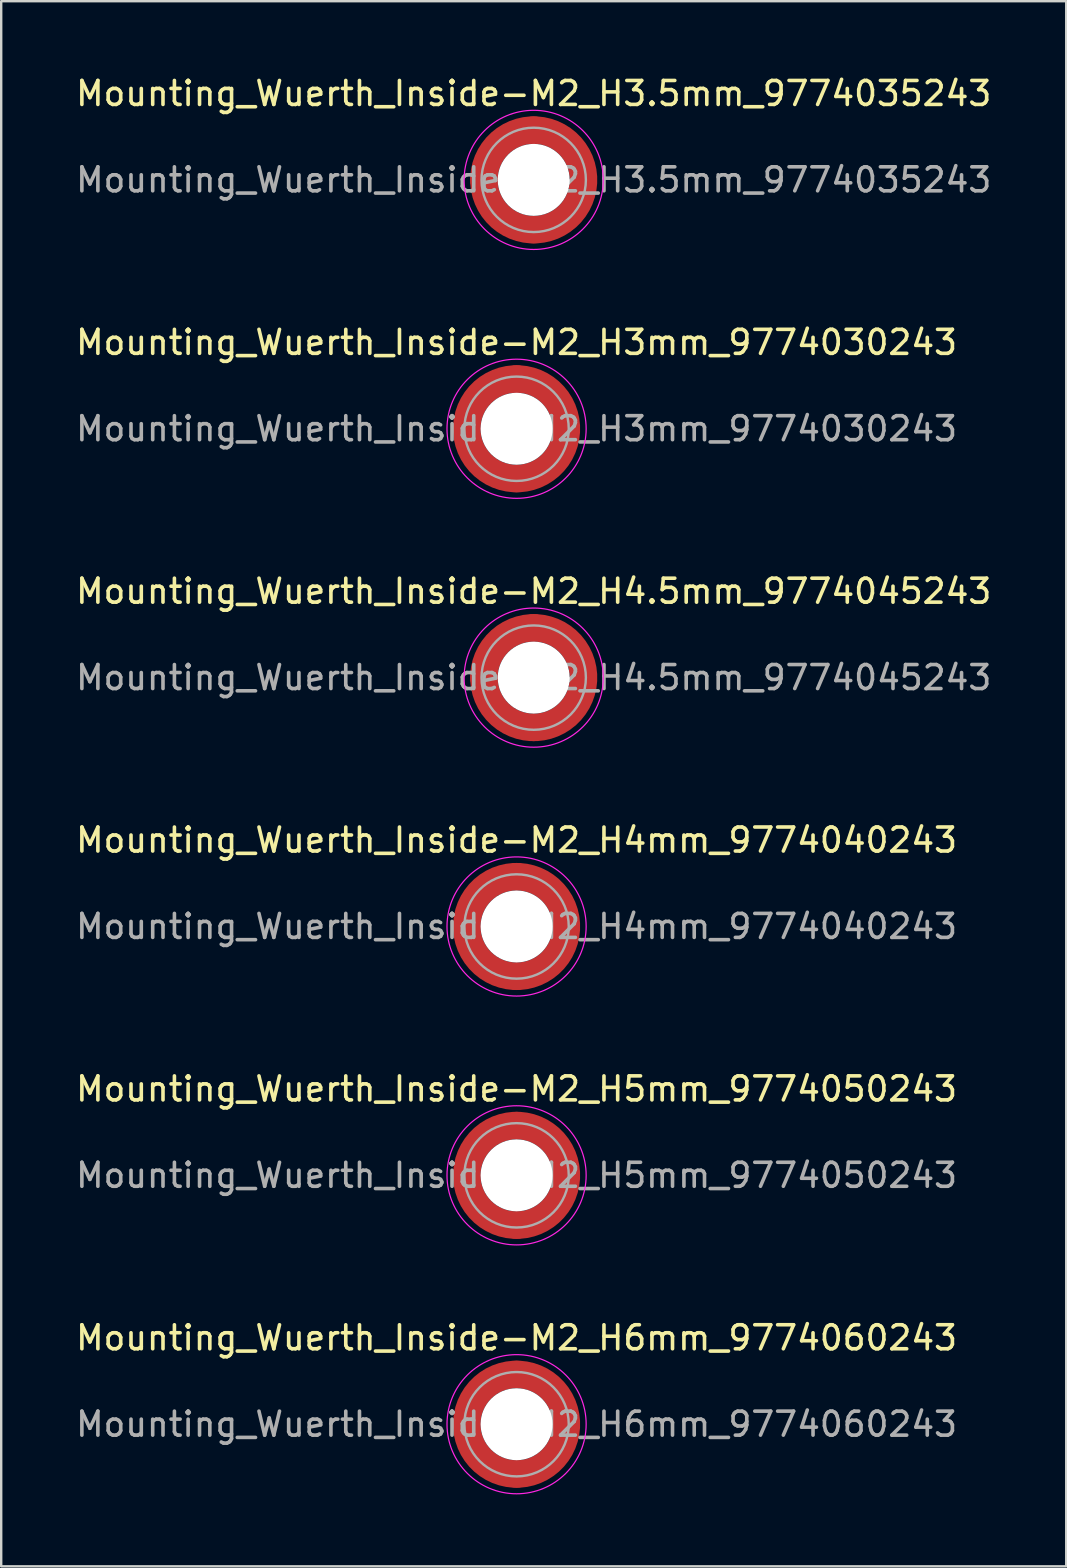
<source format=kicad_pcb>
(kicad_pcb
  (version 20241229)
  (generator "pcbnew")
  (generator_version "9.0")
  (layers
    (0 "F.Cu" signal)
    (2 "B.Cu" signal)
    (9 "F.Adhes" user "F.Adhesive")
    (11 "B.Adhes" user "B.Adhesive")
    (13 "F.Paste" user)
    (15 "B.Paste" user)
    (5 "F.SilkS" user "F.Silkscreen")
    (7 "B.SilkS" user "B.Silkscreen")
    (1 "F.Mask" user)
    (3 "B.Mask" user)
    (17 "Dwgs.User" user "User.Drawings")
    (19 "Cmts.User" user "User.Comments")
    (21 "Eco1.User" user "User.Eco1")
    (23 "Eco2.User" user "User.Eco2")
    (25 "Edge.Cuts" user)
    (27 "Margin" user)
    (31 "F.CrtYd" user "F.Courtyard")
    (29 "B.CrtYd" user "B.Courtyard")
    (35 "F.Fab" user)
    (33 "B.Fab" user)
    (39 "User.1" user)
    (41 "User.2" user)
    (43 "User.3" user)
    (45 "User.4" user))
  (footprint "Mounting_Wuerth_Inside-M2_H5mm_9774050243"
    (layer "F.Cu")
    (at 18.482 45.941)
    (property "Reference" "Mounting_Wuerth_Inside-M2_H5mm_9774050243" (at 0 -3.6 0) (layer "F.SilkS") (effects (font (size 1 1) (thickness 0.15))))
    (attr smd)
    (fp_circle (center 0 0) (end 2.9 0) (stroke (width 0.05) (type solid)) (fill no) (layer "F.CrtYd"))
    (fp_circle (center 0 0) (end 2.175 0) (stroke (width 0.1) (type solid)) (fill no) (layer "F.Fab"))
    (fp_text user "${REFERENCE}" (at 0 0 0) (layer "F.Fab") (effects (font (size 1 1) (thickness 0.15))))
    (pad "" smd custom (at -1.453 -1.453) (size 1.01 1.01) (layers "F.Paste") (options (anchor circle)) (primitives (gr_arc (start -0.262632 0.900604) (mid 0.178544 0.178544) (end 0.900604 -0.262632) (width 0.505)) (gr_arc (start -0.526231 0.900604) (mid 0 0) (end 0.900604 -0.526231) (width 0.505)) (gr_arc (start -0.787275 0.900604) (mid -0.178545 -0.178545) (end 0.900604 -0.787275) (width 0.505)) (gr_line (start 0.901 -0.263) (end 0.901 -0.787) (width 0.505)) (gr_line (start -0.263 0.901) (end -0.787 0.901) (width 0.505))))
    (pad "" smd custom (at -1.453 1.453) (size 1.01 1.01) (layers "F.Paste") (options (anchor circle)) (primitives (gr_arc (start 0.900604 0.262632) (mid 0.178544 -0.178544) (end -0.262632 -0.900604) (width 0.505)) (gr_arc (start 0.900604 0.526231) (mid 0 0) (end -0.526231 -0.900604) (width 0.505)) (gr_arc (start 0.900604 0.787275) (mid -0.178545 0.178545) (end -0.787275 -0.900604) (width 0.505)) (gr_line (start -0.263 -0.901) (end -0.787 -0.901) (width 0.505)) (gr_line (start 0.901 0.263) (end 0.901 0.787) (width 0.505))))
    (pad "" np_thru_hole circle (at 0 0) (size 3 3) (drill 3) (layers "*.Cu" "*.Mask"))
    (pad "" smd custom (at 1.453 -1.453) (size 1.01 1.01) (layers "F.Paste") (options (anchor circle)) (primitives (gr_arc (start -0.900604 -0.262632) (mid -0.178544 0.178544) (end 0.262632 0.900604) (width 0.505)) (gr_arc (start -0.900604 -0.526231) (mid 0 0) (end 0.526231 0.900604) (width 0.505)) (gr_arc (start -0.900604 -0.787275) (mid 0.178545 -0.178545) (end 0.787275 0.900604) (width 0.505)) (gr_line (start 0.263 0.901) (end 0.787 0.901) (width 0.505)) (gr_line (start -0.901 -0.263) (end -0.901 -0.787) (width 0.505))))
    (pad "" smd custom (at 1.453 1.453) (size 1.01 1.01) (layers "F.Paste") (options (anchor circle)) (primitives (gr_arc (start 0.262632 -0.900604) (mid -0.178544 -0.178544) (end -0.900604 0.262632) (width 0.505)) (gr_arc (start 0.526231 -0.900604) (mid 0 0) (end -0.900604 0.526231) (width 0.505)) (gr_arc (start 0.787275 -0.900604) (mid 0.178545 0.178545) (end -0.900604 0.787275) (width 0.505)) (gr_line (start -0.901 0.263) (end -0.901 0.787) (width 0.505)) (gr_line (start 0.263 -0.901) (end 0.787 -0.901) (width 0.505))))
    (pad "1" smd circle (at -2.075 0) (size 1.15 1.15) (layers "F.Cu"))
    (pad "1" smd circle (at 0 -2.075) (size 1.15 1.15) (layers "F.Cu"))
    (pad "1" smd circle (at 0 2.075) (size 1.15 1.15) (layers "F.Cu"))
    (pad "1" smd custom (at 2.075 0) (size 1.15 1.15) (layers "F.Cu" "F.Mask") (options (anchor circle)) (primitives (gr_circle (center -2.075 0) (end 0 0) (width 1.15) (fill no)))))
  (footprint "Mounting_Wuerth_Inside-M2_H6mm_9774060243"
    (layer "F.Cu")
    (at 18.482 56.315)
    (property "Reference" "Mounting_Wuerth_Inside-M2_H6mm_9774060243" (at 0 -3.6 0) (layer "F.SilkS") (effects (font (size 1 1) (thickness 0.15))))
    (attr smd)
    (fp_circle (center 0 0) (end 2.9 0) (stroke (width 0.05) (type solid)) (fill no) (layer "F.CrtYd"))
    (fp_circle (center 0 0) (end 2.175 0) (stroke (width 0.1) (type solid)) (fill no) (layer "F.Fab"))
    (fp_text user "${REFERENCE}" (at 0 0 0) (layer "F.Fab") (effects (font (size 1 1) (thickness 0.15))))
    (pad "" smd custom (at -1.453 -1.453) (size 1.01 1.01) (layers "F.Paste") (options (anchor circle)) (primitives (gr_arc (start -0.262632 0.900604) (mid 0.178544 0.178544) (end 0.900604 -0.262632) (width 0.505)) (gr_arc (start -0.526231 0.900604) (mid 0 0) (end 0.900604 -0.526231) (width 0.505)) (gr_arc (start -0.787275 0.900604) (mid -0.178545 -0.178545) (end 0.900604 -0.787275) (width 0.505)) (gr_line (start 0.901 -0.263) (end 0.901 -0.787) (width 0.505)) (gr_line (start -0.263 0.901) (end -0.787 0.901) (width 0.505))))
    (pad "" smd custom (at -1.453 1.453) (size 1.01 1.01) (layers "F.Paste") (options (anchor circle)) (primitives (gr_arc (start 0.900604 0.262632) (mid 0.178544 -0.178544) (end -0.262632 -0.900604) (width 0.505)) (gr_arc (start 0.900604 0.526231) (mid 0 0) (end -0.526231 -0.900604) (width 0.505)) (gr_arc (start 0.900604 0.787275) (mid -0.178545 0.178545) (end -0.787275 -0.900604) (width 0.505)) (gr_line (start -0.263 -0.901) (end -0.787 -0.901) (width 0.505)) (gr_line (start 0.901 0.263) (end 0.901 0.787) (width 0.505))))
    (pad "" np_thru_hole circle (at 0 0) (size 3 3) (drill 3) (layers "*.Cu" "*.Mask"))
    (pad "" smd custom (at 1.453 -1.453) (size 1.01 1.01) (layers "F.Paste") (options (anchor circle)) (primitives (gr_arc (start -0.900604 -0.262632) (mid -0.178544 0.178544) (end 0.262632 0.900604) (width 0.505)) (gr_arc (start -0.900604 -0.526231) (mid 0 0) (end 0.526231 0.900604) (width 0.505)) (gr_arc (start -0.900604 -0.787275) (mid 0.178545 -0.178545) (end 0.787275 0.900604) (width 0.505)) (gr_line (start 0.263 0.901) (end 0.787 0.901) (width 0.505)) (gr_line (start -0.901 -0.263) (end -0.901 -0.787) (width 0.505))))
    (pad "" smd custom (at 1.453 1.453) (size 1.01 1.01) (layers "F.Paste") (options (anchor circle)) (primitives (gr_arc (start 0.262632 -0.900604) (mid -0.178544 -0.178544) (end -0.900604 0.262632) (width 0.505)) (gr_arc (start 0.526231 -0.900604) (mid 0 0) (end -0.900604 0.526231) (width 0.505)) (gr_arc (start 0.787275 -0.900604) (mid 0.178545 0.178545) (end -0.900604 0.787275) (width 0.505)) (gr_line (start -0.901 0.263) (end -0.901 0.787) (width 0.505)) (gr_line (start 0.263 -0.901) (end 0.787 -0.901) (width 0.505))))
    (pad "1" smd circle (at -2.075 0) (size 1.15 1.15) (layers "F.Cu"))
    (pad "1" smd circle (at 0 -2.075) (size 1.15 1.15) (layers "F.Cu"))
    (pad "1" smd circle (at 0 2.075) (size 1.15 1.15) (layers "F.Cu"))
    (pad "1" smd custom (at 2.075 0) (size 1.15 1.15) (layers "F.Cu" "F.Mask") (options (anchor circle)) (primitives (gr_circle (center -2.075 0) (end 0 0) (width 1.15) (fill no)))))
  (footprint "Mounting_Wuerth_Inside-M2_H4.5mm_9774045243"
    (layer "F.Cu")
    (at 19.196 25.195)
    (property "Reference" "Mounting_Wuerth_Inside-M2_H4.5mm_9774045243" (at 0 -3.6 0) (layer "F.SilkS") (effects (font (size 1 1) (thickness 0.15))))
    (attr smd)
    (fp_circle (center 0 0) (end 2.9 0) (stroke (width 0.05) (type solid)) (fill no) (layer "F.CrtYd"))
    (fp_circle (center 0 0) (end 2.175 0) (stroke (width 0.1) (type solid)) (fill no) (layer "F.Fab"))
    (fp_text user "${REFERENCE}" (at 0 0 0) (layer "F.Fab") (effects (font (size 1 1) (thickness 0.15))))
    (pad "" smd custom (at -1.453 -1.453) (size 1.01 1.01) (layers "F.Paste") (options (anchor circle)) (primitives (gr_arc (start -0.262632 0.900604) (mid 0.178544 0.178544) (end 0.900604 -0.262632) (width 0.505)) (gr_arc (start -0.526231 0.900604) (mid 0 0) (end 0.900604 -0.526231) (width 0.505)) (gr_arc (start -0.787275 0.900604) (mid -0.178545 -0.178545) (end 0.900604 -0.787275) (width 0.505)) (gr_line (start 0.901 -0.263) (end 0.901 -0.787) (width 0.505)) (gr_line (start -0.263 0.901) (end -0.787 0.901) (width 0.505))))
    (pad "" smd custom (at -1.453 1.453) (size 1.01 1.01) (layers "F.Paste") (options (anchor circle)) (primitives (gr_arc (start 0.900604 0.262632) (mid 0.178544 -0.178544) (end -0.262632 -0.900604) (width 0.505)) (gr_arc (start 0.900604 0.526231) (mid 0 0) (end -0.526231 -0.900604) (width 0.505)) (gr_arc (start 0.900604 0.787275) (mid -0.178545 0.178545) (end -0.787275 -0.900604) (width 0.505)) (gr_line (start -0.263 -0.901) (end -0.787 -0.901) (width 0.505)) (gr_line (start 0.901 0.263) (end 0.901 0.787) (width 0.505))))
    (pad "" np_thru_hole circle (at 0 0) (size 3 3) (drill 3) (layers "*.Cu" "*.Mask"))
    (pad "" smd custom (at 1.453 -1.453) (size 1.01 1.01) (layers "F.Paste") (options (anchor circle)) (primitives (gr_arc (start -0.900604 -0.262632) (mid -0.178544 0.178544) (end 0.262632 0.900604) (width 0.505)) (gr_arc (start -0.900604 -0.526231) (mid 0 0) (end 0.526231 0.900604) (width 0.505)) (gr_arc (start -0.900604 -0.787275) (mid 0.178545 -0.178545) (end 0.787275 0.900604) (width 0.505)) (gr_line (start 0.263 0.901) (end 0.787 0.901) (width 0.505)) (gr_line (start -0.901 -0.263) (end -0.901 -0.787) (width 0.505))))
    (pad "" smd custom (at 1.453 1.453) (size 1.01 1.01) (layers "F.Paste") (options (anchor circle)) (primitives (gr_arc (start 0.262632 -0.900604) (mid -0.178544 -0.178544) (end -0.900604 0.262632) (width 0.505)) (gr_arc (start 0.526231 -0.900604) (mid 0 0) (end -0.900604 0.526231) (width 0.505)) (gr_arc (start 0.787275 -0.900604) (mid 0.178545 0.178545) (end -0.900604 0.787275) (width 0.505)) (gr_line (start -0.901 0.263) (end -0.901 0.787) (width 0.505)) (gr_line (start 0.263 -0.901) (end 0.787 -0.901) (width 0.505))))
    (pad "1" smd circle (at -2.075 0) (size 1.15 1.15) (layers "F.Cu"))
    (pad "1" smd circle (at 0 -2.075) (size 1.15 1.15) (layers "F.Cu"))
    (pad "1" smd circle (at 0 2.075) (size 1.15 1.15) (layers "F.Cu"))
    (pad "1" smd custom (at 2.075 0) (size 1.15 1.15) (layers "F.Cu" "F.Mask") (options (anchor circle)) (primitives (gr_circle (center -2.075 0) (end 0 0) (width 1.15) (fill no)))))
  (footprint "Mounting_Wuerth_Inside-M2_H4mm_9774040243"
    (layer "F.Cu")
    (at 18.482 35.568)
    (property "Reference" "Mounting_Wuerth_Inside-M2_H4mm_9774040243" (at 0 -3.6 0) (layer "F.SilkS") (effects (font (size 1 1) (thickness 0.15))))
    (attr smd)
    (fp_circle (center 0 0) (end 2.9 0) (stroke (width 0.05) (type solid)) (fill no) (layer "F.CrtYd"))
    (fp_circle (center 0 0) (end 2.175 0) (stroke (width 0.1) (type solid)) (fill no) (layer "F.Fab"))
    (fp_text user "${REFERENCE}" (at 0 0 0) (layer "F.Fab") (effects (font (size 1 1) (thickness 0.15))))
    (pad "" smd custom (at -1.453 -1.453) (size 1.01 1.01) (layers "F.Paste") (options (anchor circle)) (primitives (gr_arc (start -0.262632 0.900604) (mid 0.178544 0.178544) (end 0.900604 -0.262632) (width 0.505)) (gr_arc (start -0.526231 0.900604) (mid 0 0) (end 0.900604 -0.526231) (width 0.505)) (gr_arc (start -0.787275 0.900604) (mid -0.178545 -0.178545) (end 0.900604 -0.787275) (width 0.505)) (gr_line (start 0.901 -0.263) (end 0.901 -0.787) (width 0.505)) (gr_line (start -0.263 0.901) (end -0.787 0.901) (width 0.505))))
    (pad "" smd custom (at -1.453 1.453) (size 1.01 1.01) (layers "F.Paste") (options (anchor circle)) (primitives (gr_arc (start 0.900604 0.262632) (mid 0.178544 -0.178544) (end -0.262632 -0.900604) (width 0.505)) (gr_arc (start 0.900604 0.526231) (mid 0 0) (end -0.526231 -0.900604) (width 0.505)) (gr_arc (start 0.900604 0.787275) (mid -0.178545 0.178545) (end -0.787275 -0.900604) (width 0.505)) (gr_line (start -0.263 -0.901) (end -0.787 -0.901) (width 0.505)) (gr_line (start 0.901 0.263) (end 0.901 0.787) (width 0.505))))
    (pad "" np_thru_hole circle (at 0 0) (size 3 3) (drill 3) (layers "*.Cu" "*.Mask"))
    (pad "" smd custom (at 1.453 -1.453) (size 1.01 1.01) (layers "F.Paste") (options (anchor circle)) (primitives (gr_arc (start -0.900604 -0.262632) (mid -0.178544 0.178544) (end 0.262632 0.900604) (width 0.505)) (gr_arc (start -0.900604 -0.526231) (mid 0 0) (end 0.526231 0.900604) (width 0.505)) (gr_arc (start -0.900604 -0.787275) (mid 0.178545 -0.178545) (end 0.787275 0.900604) (width 0.505)) (gr_line (start 0.263 0.901) (end 0.787 0.901) (width 0.505)) (gr_line (start -0.901 -0.263) (end -0.901 -0.787) (width 0.505))))
    (pad "" smd custom (at 1.453 1.453) (size 1.01 1.01) (layers "F.Paste") (options (anchor circle)) (primitives (gr_arc (start 0.262632 -0.900604) (mid -0.178544 -0.178544) (end -0.900604 0.262632) (width 0.505)) (gr_arc (start 0.526231 -0.900604) (mid 0 0) (end -0.900604 0.526231) (width 0.505)) (gr_arc (start 0.787275 -0.900604) (mid 0.178545 0.178545) (end -0.900604 0.787275) (width 0.505)) (gr_line (start -0.901 0.263) (end -0.901 0.787) (width 0.505)) (gr_line (start 0.263 -0.901) (end 0.787 -0.901) (width 0.505))))
    (pad "1" smd circle (at -2.075 0) (size 1.15 1.15) (layers "F.Cu"))
    (pad "1" smd circle (at 0 -2.075) (size 1.15 1.15) (layers "F.Cu"))
    (pad "1" smd circle (at 0 2.075) (size 1.15 1.15) (layers "F.Cu"))
    (pad "1" smd custom (at 2.075 0) (size 1.15 1.15) (layers "F.Cu" "F.Mask") (options (anchor circle)) (primitives (gr_circle (center -2.075 0) (end 0 0) (width 1.15) (fill no)))))
  (footprint "Mounting_Wuerth_Inside-M2_H3mm_9774030243"
    (layer "F.Cu")
    (at 18.482 14.822)
    (property "Reference" "Mounting_Wuerth_Inside-M2_H3mm_9774030243" (at 0 -3.6 0) (layer "F.SilkS") (effects (font (size 1 1) (thickness 0.15))))
    (attr smd)
    (fp_circle (center 0 0) (end 2.9 0) (stroke (width 0.05) (type solid)) (fill no) (layer "F.CrtYd"))
    (fp_circle (center 0 0) (end 2.175 0) (stroke (width 0.1) (type solid)) (fill no) (layer "F.Fab"))
    (fp_text user "${REFERENCE}" (at 0 0 0) (layer "F.Fab") (effects (font (size 1 1) (thickness 0.15))))
    (pad "" smd custom (at -1.453 -1.453) (size 1.01 1.01) (layers "F.Paste") (options (anchor circle)) (primitives (gr_arc (start -0.262632 0.900604) (mid 0.178544 0.178544) (end 0.900604 -0.262632) (width 0.505)) (gr_arc (start -0.526231 0.900604) (mid 0 0) (end 0.900604 -0.526231) (width 0.505)) (gr_arc (start -0.787275 0.900604) (mid -0.178545 -0.178545) (end 0.900604 -0.787275) (width 0.505)) (gr_line (start 0.901 -0.263) (end 0.901 -0.787) (width 0.505)) (gr_line (start -0.263 0.901) (end -0.787 0.901) (width 0.505))))
    (pad "" smd custom (at -1.453 1.453) (size 1.01 1.01) (layers "F.Paste") (options (anchor circle)) (primitives (gr_arc (start 0.900604 0.262632) (mid 0.178544 -0.178544) (end -0.262632 -0.900604) (width 0.505)) (gr_arc (start 0.900604 0.526231) (mid 0 0) (end -0.526231 -0.900604) (width 0.505)) (gr_arc (start 0.900604 0.787275) (mid -0.178545 0.178545) (end -0.787275 -0.900604) (width 0.505)) (gr_line (start -0.263 -0.901) (end -0.787 -0.901) (width 0.505)) (gr_line (start 0.901 0.263) (end 0.901 0.787) (width 0.505))))
    (pad "" np_thru_hole circle (at 0 0) (size 3 3) (drill 3) (layers "*.Cu" "*.Mask"))
    (pad "" smd custom (at 1.453 -1.453) (size 1.01 1.01) (layers "F.Paste") (options (anchor circle)) (primitives (gr_arc (start -0.900604 -0.262632) (mid -0.178544 0.178544) (end 0.262632 0.900604) (width 0.505)) (gr_arc (start -0.900604 -0.526231) (mid 0 0) (end 0.526231 0.900604) (width 0.505)) (gr_arc (start -0.900604 -0.787275) (mid 0.178545 -0.178545) (end 0.787275 0.900604) (width 0.505)) (gr_line (start 0.263 0.901) (end 0.787 0.901) (width 0.505)) (gr_line (start -0.901 -0.263) (end -0.901 -0.787) (width 0.505))))
    (pad "" smd custom (at 1.453 1.453) (size 1.01 1.01) (layers "F.Paste") (options (anchor circle)) (primitives (gr_arc (start 0.262632 -0.900604) (mid -0.178544 -0.178544) (end -0.900604 0.262632) (width 0.505)) (gr_arc (start 0.526231 -0.900604) (mid 0 0) (end -0.900604 0.526231) (width 0.505)) (gr_arc (start 0.787275 -0.900604) (mid 0.178545 0.178545) (end -0.900604 0.787275) (width 0.505)) (gr_line (start -0.901 0.263) (end -0.901 0.787) (width 0.505)) (gr_line (start 0.263 -0.901) (end 0.787 -0.901) (width 0.505))))
    (pad "1" smd circle (at -2.075 0) (size 1.15 1.15) (layers "F.Cu"))
    (pad "1" smd circle (at 0 -2.075) (size 1.15 1.15) (layers "F.Cu"))
    (pad "1" smd circle (at 0 2.075) (size 1.15 1.15) (layers "F.Cu"))
    (pad "1" smd custom (at 2.075 0) (size 1.15 1.15) (layers "F.Cu" "F.Mask") (options (anchor circle)) (primitives (gr_circle (center -2.075 0) (end 0 0) (width 1.15) (fill no)))))
  (footprint "Mounting_Wuerth_Inside-M2_H3.5mm_9774035243"
    (layer "F.Cu")
    (at 19.196 4.448)
    (property "Reference" "Mounting_Wuerth_Inside-M2_H3.5mm_9774035243" (at 0 -3.6 0) (layer "F.SilkS") (effects (font (size 1 1) (thickness 0.15))))
    (attr smd)
    (fp_circle (center 0 0) (end 2.9 0) (stroke (width 0.05) (type solid)) (fill no) (layer "F.CrtYd"))
    (fp_circle (center 0 0) (end 2.175 0) (stroke (width 0.1) (type solid)) (fill no) (layer "F.Fab"))
    (fp_text user "${REFERENCE}" (at 0 0 0) (layer "F.Fab") (effects (font (size 1 1) (thickness 0.15))))
    (pad "" smd custom (at -1.453 -1.453) (size 1.01 1.01) (layers "F.Paste") (options (anchor circle)) (primitives (gr_arc (start -0.262632 0.900604) (mid 0.178544 0.178544) (end 0.900604 -0.262632) (width 0.505)) (gr_arc (start -0.526231 0.900604) (mid 0 0) (end 0.900604 -0.526231) (width 0.505)) (gr_arc (start -0.787275 0.900604) (mid -0.178545 -0.178545) (end 0.900604 -0.787275) (width 0.505)) (gr_line (start 0.901 -0.263) (end 0.901 -0.787) (width 0.505)) (gr_line (start -0.263 0.901) (end -0.787 0.901) (width 0.505))))
    (pad "" smd custom (at -1.453 1.453) (size 1.01 1.01) (layers "F.Paste") (options (anchor circle)) (primitives (gr_arc (start 0.900604 0.262632) (mid 0.178544 -0.178544) (end -0.262632 -0.900604) (width 0.505)) (gr_arc (start 0.900604 0.526231) (mid 0 0) (end -0.526231 -0.900604) (width 0.505)) (gr_arc (start 0.900604 0.787275) (mid -0.178545 0.178545) (end -0.787275 -0.900604) (width 0.505)) (gr_line (start -0.263 -0.901) (end -0.787 -0.901) (width 0.505)) (gr_line (start 0.901 0.263) (end 0.901 0.787) (width 0.505))))
    (pad "" np_thru_hole circle (at 0 0) (size 3 3) (drill 3) (layers "*.Cu" "*.Mask"))
    (pad "" smd custom (at 1.453 -1.453) (size 1.01 1.01) (layers "F.Paste") (options (anchor circle)) (primitives (gr_arc (start -0.900604 -0.262632) (mid -0.178544 0.178544) (end 0.262632 0.900604) (width 0.505)) (gr_arc (start -0.900604 -0.526231) (mid 0 0) (end 0.526231 0.900604) (width 0.505)) (gr_arc (start -0.900604 -0.787275) (mid 0.178545 -0.178545) (end 0.787275 0.900604) (width 0.505)) (gr_line (start 0.263 0.901) (end 0.787 0.901) (width 0.505)) (gr_line (start -0.901 -0.263) (end -0.901 -0.787) (width 0.505))))
    (pad "" smd custom (at 1.453 1.453) (size 1.01 1.01) (layers "F.Paste") (options (anchor circle)) (primitives (gr_arc (start 0.262632 -0.900604) (mid -0.178544 -0.178544) (end -0.900604 0.262632) (width 0.505)) (gr_arc (start 0.526231 -0.900604) (mid 0 0) (end -0.900604 0.526231) (width 0.505)) (gr_arc (start 0.787275 -0.900604) (mid 0.178545 0.178545) (end -0.900604 0.787275) (width 0.505)) (gr_line (start -0.901 0.263) (end -0.901 0.787) (width 0.505)) (gr_line (start 0.263 -0.901) (end 0.787 -0.901) (width 0.505))))
    (pad "1" smd circle (at -2.075 0) (size 1.15 1.15) (layers "F.Cu"))
    (pad "1" smd circle (at 0 -2.075) (size 1.15 1.15) (layers "F.Cu"))
    (pad "1" smd circle (at 0 2.075) (size 1.15 1.15) (layers "F.Cu"))
    (pad "1" smd custom (at 2.075 0) (size 1.15 1.15) (layers "F.Cu" "F.Mask") (options (anchor circle)) (primitives (gr_circle (center -2.075 0) (end 0 0) (width 1.15) (fill no)))))
  (gr_rect
    (start -3 -3)
    (end 41.393 62.239)
    (stroke (width 0.1) (type default))
    (fill no)
    (layer "Edge.Cuts")))
</source>
